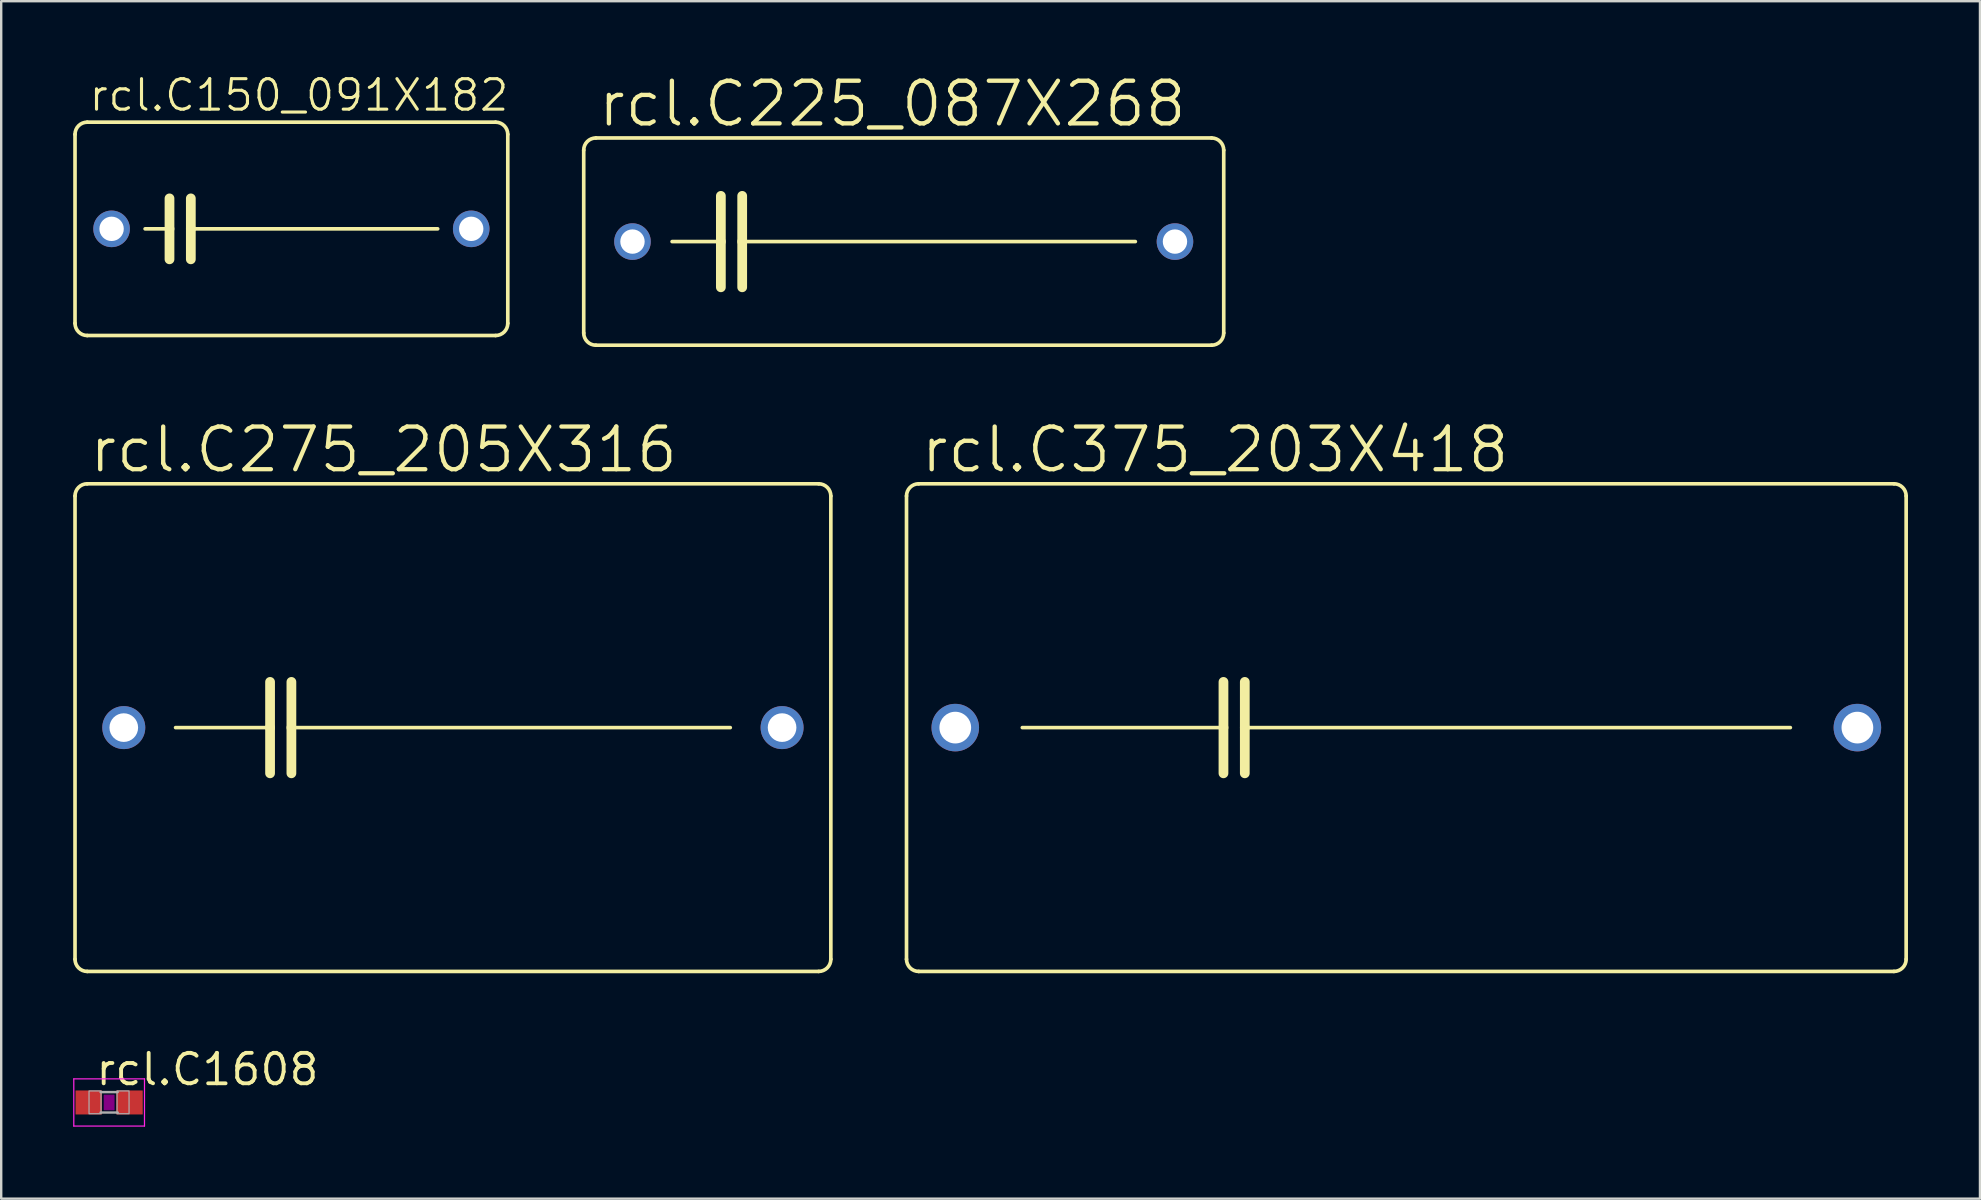
<source format=kicad_pcb>
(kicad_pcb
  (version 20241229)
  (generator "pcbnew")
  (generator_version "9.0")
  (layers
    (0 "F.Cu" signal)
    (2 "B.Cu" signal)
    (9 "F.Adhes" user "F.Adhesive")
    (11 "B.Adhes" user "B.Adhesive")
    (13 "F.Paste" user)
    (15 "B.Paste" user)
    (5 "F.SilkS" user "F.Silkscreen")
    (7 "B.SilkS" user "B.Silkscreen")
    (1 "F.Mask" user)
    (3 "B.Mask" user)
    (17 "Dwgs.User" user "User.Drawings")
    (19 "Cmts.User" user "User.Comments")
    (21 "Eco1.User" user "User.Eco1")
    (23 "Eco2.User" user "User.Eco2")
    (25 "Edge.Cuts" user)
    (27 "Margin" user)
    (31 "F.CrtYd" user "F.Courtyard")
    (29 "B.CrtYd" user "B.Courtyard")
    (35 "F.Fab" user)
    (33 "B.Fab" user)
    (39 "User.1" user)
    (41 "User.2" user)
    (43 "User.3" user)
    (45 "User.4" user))
  (footprint "rcl.C225_087X268"
    (layer "F.Cu")
    (at 34.609 7.017)
    (property "Reference" "rcl.C225_087X268" (at -12.827 -4.699 0) (layer "F.SilkS") (effects (font (size 1.778 1.778) (thickness 0.18)) (justify left bottom)))
    (attr through_hole)
    (fp_line (start -13.335 3.81) (end -13.335 -3.81) (stroke (width 0.152) (type default)) (layer "F.SilkS"))
    (fp_line (start -12.827 -4.318) (end 12.827 -4.318) (stroke (width 0.152) (type default)) (layer "F.SilkS"))
    (fp_line (start -9.652 0) (end -7.62 0) (stroke (width 0.152) (type default)) (layer "F.SilkS"))
    (fp_line (start -7.62 -1.905) (end -7.62 0) (stroke (width 0.406) (type default)) (layer "F.SilkS"))
    (fp_line (start -7.62 0) (end -7.62 1.905) (stroke (width 0.406) (type default)) (layer "F.SilkS"))
    (fp_line (start -6.731 -1.905) (end -6.731 0) (stroke (width 0.406) (type default)) (layer "F.SilkS"))
    (fp_line (start -6.731 0) (end -6.731 1.905) (stroke (width 0.406) (type default)) (layer "F.SilkS"))
    (fp_line (start -6.731 0) (end 9.652 0) (stroke (width 0.152) (type default)) (layer "F.SilkS"))
    (fp_line (start 12.827 4.318) (end -12.827 4.318) (stroke (width 0.152) (type default)) (layer "F.SilkS"))
    (fp_line (start 13.335 -3.81) (end 13.335 3.81) (stroke (width 0.152) (type default)) (layer "F.SilkS"))
    (fp_arc (start -13.335 -3.81) (mid -13.18621 -4.16921) (end -12.827 -4.318) (stroke (width 0.1524) (type default)) (layer "F.SilkS"))
    (fp_arc (start -12.827 4.318) (mid -13.18621 4.16921) (end -13.335 3.81) (stroke (width 0.1524) (type default)) (layer "F.SilkS"))
    (fp_arc (start 12.827 -4.318) (mid 13.18621 -4.16921) (end 13.335 -3.81) (stroke (width 0.1524) (type default)) (layer "F.SilkS"))
    (fp_arc (start 13.335 3.81) (mid 13.18621 4.16921) (end 12.827 4.318) (stroke (width 0.1524) (type default)) (layer "F.SilkS"))
    (pad "1" thru_hole circle (at -11.303 0) (size 1.524 1.524) (drill 1.016) (layers "*.Cu" "*.Mask"))
    (pad "2" thru_hole circle (at 11.303 0) (size 1.524 1.524) (drill 1.016) (layers "*.Cu" "*.Mask")))
  (footprint "rcl.C1608"
    (layer "F.Cu")
    (at 1.498 42.891)
    (property "Reference" "rcl.C1608" (at -0.635 -0.635 0) (layer "F.SilkS") (effects (font (size 1.27 1.27) (thickness 0.16)) (justify left bottom)))
    (attr smd)
    (fp_rect (start -0.2 0.3) (end 0.2 -0.3) (stroke (width 0.05) (type default)) (fill yes) (layer "F.Adhes"))
    (fp_line (start -1.473 -0.983) (end 1.473 -0.983) (stroke (width 0.051) (type default)) (layer "F.CrtYd"))
    (fp_line (start -1.473 0.983) (end -1.473 -0.983) (stroke (width 0.051) (type default)) (layer "F.CrtYd"))
    (fp_line (start 1.473 -0.983) (end 1.473 0.983) (stroke (width 0.051) (type default)) (layer "F.CrtYd"))
    (fp_line (start 1.473 0.983) (end -1.473 0.983) (stroke (width 0.051) (type default)) (layer "F.CrtYd"))
    (fp_line (start -0.356 -0.432) (end 0.356 -0.432) (stroke (width 0.102) (type default)) (layer "F.Fab"))
    (fp_line (start -0.356 0.419) (end 0.356 0.419) (stroke (width 0.102) (type default)) (layer "F.Fab"))
    (fp_rect (start -0.838 0.47) (end -0.338 -0.48) (stroke (width 0.05) (type default)) (fill no) (layer "F.Fab"))
    (fp_rect (start 0.33 0.47) (end 0.83 -0.48) (stroke (width 0.05) (type default)) (fill no) (layer "F.Fab"))
    (pad "1" smd roundrect (at -0.85 0) (size 1.1 1) (layers "F.Cu" "F.Mask" "F.Paste") (roundrect_rratio 0.01))
    (pad "2" smd roundrect (at 0.85 0) (size 1.1 1) (layers "F.Cu" "F.Mask" "F.Paste") (roundrect_rratio 0.01)))
  (footprint "rcl.C150_091X182"
    (layer "F.Cu")
    (at 9.093 6.486)
    (property "Reference" "rcl.C150_091X182" (at -8.509 -4.826 0) (layer "F.SilkS") (effects (font (size 1.27 1.27) (thickness 0.13)) (justify left bottom)))
    (attr through_hole)
    (fp_line (start -9.017 3.937) (end -9.017 -3.937) (stroke (width 0.152) (type default)) (layer "F.SilkS"))
    (fp_line (start -8.509 -4.445) (end 8.509 -4.445) (stroke (width 0.152) (type default)) (layer "F.SilkS"))
    (fp_line (start -5.08 -1.27) (end -5.08 0) (stroke (width 0.406) (type default)) (layer "F.SilkS"))
    (fp_line (start -5.08 0) (end -6.096 0) (stroke (width 0.152) (type default)) (layer "F.SilkS"))
    (fp_line (start -5.08 0) (end -5.08 1.27) (stroke (width 0.406) (type default)) (layer "F.SilkS"))
    (fp_line (start -4.191 -1.27) (end -4.191 0) (stroke (width 0.406) (type default)) (layer "F.SilkS"))
    (fp_line (start -4.191 0) (end -4.191 1.27) (stroke (width 0.406) (type default)) (layer "F.SilkS"))
    (fp_line (start -4.191 0) (end 6.096 0) (stroke (width 0.152) (type default)) (layer "F.SilkS"))
    (fp_line (start 8.509 4.445) (end -8.509 4.445) (stroke (width 0.152) (type default)) (layer "F.SilkS"))
    (fp_line (start 9.017 -3.937) (end 9.017 3.937) (stroke (width 0.152) (type default)) (layer "F.SilkS"))
    (fp_arc (start -9.017 -3.937) (mid -8.86821 -4.29621) (end -8.509 -4.445) (stroke (width 0.1524) (type default)) (layer "F.SilkS"))
    (fp_arc (start -8.509 4.445) (mid -8.86821 4.29621) (end -9.017 3.937) (stroke (width 0.1524) (type default)) (layer "F.SilkS"))
    (fp_arc (start 8.509 -4.445) (mid 8.86821 -4.29621) (end 9.017 -3.937) (stroke (width 0.1524) (type default)) (layer "F.SilkS"))
    (fp_arc (start 9.017 3.937) (mid 8.86821 4.29621) (end 8.509 4.445) (stroke (width 0.1524) (type default)) (layer "F.SilkS"))
    (pad "1" thru_hole circle (at -7.493 0) (size 1.524 1.524) (drill 1.016) (layers "*.Cu" "*.Mask"))
    (pad "2" thru_hole circle (at 7.493 0) (size 1.524 1.524) (drill 1.016) (layers "*.Cu" "*.Mask")))
  (footprint "rcl.C375_203X418"
    (layer "F.Cu")
    (at 55.553 27.27)
    (property "Reference" "rcl.C375_203X418" (at -20.32 -10.541 0) (layer "F.SilkS") (effects (font (size 1.778 1.778) (thickness 0.18)) (justify left bottom)))
    (attr through_hole)
    (fp_line (start -20.828 9.652) (end -20.828 -9.652) (stroke (width 0.152) (type default)) (layer "F.SilkS"))
    (fp_line (start -20.32 -10.16) (end 20.32 -10.16) (stroke (width 0.152) (type default)) (layer "F.SilkS"))
    (fp_line (start -16.002 0) (end -7.62 0) (stroke (width 0.152) (type default)) (layer "F.SilkS"))
    (fp_line (start -7.62 -1.905) (end -7.62 0) (stroke (width 0.406) (type default)) (layer "F.SilkS"))
    (fp_line (start -7.62 0) (end -7.62 1.905) (stroke (width 0.406) (type default)) (layer "F.SilkS"))
    (fp_line (start -6.731 -1.905) (end -6.731 0) (stroke (width 0.406) (type default)) (layer "F.SilkS"))
    (fp_line (start -6.731 0) (end -6.731 1.905) (stroke (width 0.406) (type default)) (layer "F.SilkS"))
    (fp_line (start -6.731 0) (end 16.002 0) (stroke (width 0.152) (type default)) (layer "F.SilkS"))
    (fp_line (start 20.32 10.16) (end -20.32 10.16) (stroke (width 0.152) (type default)) (layer "F.SilkS"))
    (fp_line (start 20.828 -9.652) (end 20.828 9.652) (stroke (width 0.152) (type default)) (layer "F.SilkS"))
    (fp_arc (start -20.828 -9.652) (mid -20.67921 -10.01121) (end -20.32 -10.16) (stroke (width 0.1524) (type default)) (layer "F.SilkS"))
    (fp_arc (start -20.32 10.16) (mid -20.67921 10.01121) (end -20.828 9.652) (stroke (width 0.1524) (type default)) (layer "F.SilkS"))
    (fp_arc (start 20.32 -10.16) (mid 20.67921 -10.01121) (end 20.828 -9.652) (stroke (width 0.1524) (type default)) (layer "F.SilkS"))
    (fp_arc (start 20.828 9.652) (mid 20.67921 10.01121) (end 20.32 10.16) (stroke (width 0.1524) (type default)) (layer "F.SilkS"))
    (pad "1" thru_hole circle (at -18.796 0) (size 1.981 1.981) (drill 1.321) (layers "*.Cu" "*.Mask"))
    (pad "2" thru_hole circle (at 18.796 0) (size 1.981 1.981) (drill 1.321) (layers "*.Cu" "*.Mask")))
  (footprint "rcl.C275_205X316"
    (layer "F.Cu")
    (at 15.824 27.27)
    (property "Reference" "rcl.C275_205X316" (at -15.24 -10.541 0) (layer "F.SilkS") (effects (font (size 1.778 1.778) (thickness 0.18)) (justify left bottom)))
    (attr through_hole)
    (fp_line (start -15.748 9.652) (end -15.748 -9.652) (stroke (width 0.152) (type default)) (layer "F.SilkS"))
    (fp_line (start -15.24 -10.16) (end 15.24 -10.16) (stroke (width 0.152) (type default)) (layer "F.SilkS"))
    (fp_line (start -11.557 0) (end -7.62 0) (stroke (width 0.152) (type default)) (layer "F.SilkS"))
    (fp_line (start -7.62 -1.905) (end -7.62 0) (stroke (width 0.406) (type default)) (layer "F.SilkS"))
    (fp_line (start -7.62 0) (end -7.62 1.905) (stroke (width 0.406) (type default)) (layer "F.SilkS"))
    (fp_line (start -6.731 -1.905) (end -6.731 0) (stroke (width 0.406) (type default)) (layer "F.SilkS"))
    (fp_line (start -6.731 0) (end -6.731 1.905) (stroke (width 0.406) (type default)) (layer "F.SilkS"))
    (fp_line (start -6.731 0) (end 11.557 0) (stroke (width 0.152) (type default)) (layer "F.SilkS"))
    (fp_line (start 15.24 10.16) (end -15.24 10.16) (stroke (width 0.152) (type default)) (layer "F.SilkS"))
    (fp_line (start 15.748 -9.652) (end 15.748 9.652) (stroke (width 0.152) (type default)) (layer "F.SilkS"))
    (fp_arc (start -15.748 -9.652) (mid -15.59921 -10.01121) (end -15.24 -10.16) (stroke (width 0.1524) (type default)) (layer "F.SilkS"))
    (fp_arc (start -15.24 10.16) (mid -15.59921 10.01121) (end -15.748 9.652) (stroke (width 0.1524) (type default)) (layer "F.SilkS"))
    (fp_arc (start 15.24 -10.16) (mid 15.59921 -10.01121) (end 15.748 -9.652) (stroke (width 0.1524) (type default)) (layer "F.SilkS"))
    (fp_arc (start 15.748 9.652) (mid 15.59921 10.01121) (end 15.24 10.16) (stroke (width 0.1524) (type default)) (layer "F.SilkS"))
    (pad "1" thru_hole circle (at -13.716 0) (size 1.791 1.791) (drill 1.194) (layers "*.Cu" "*.Mask"))
    (pad "2" thru_hole circle (at 13.716 0) (size 1.791 1.791) (drill 1.194) (layers "*.Cu" "*.Mask")))
  (gr_rect
    (start -3 -3)
    (end 79.457 46.9)
    (stroke (width 0.1) (type default))
    (fill no)
    (layer "Edge.Cuts")))
</source>
